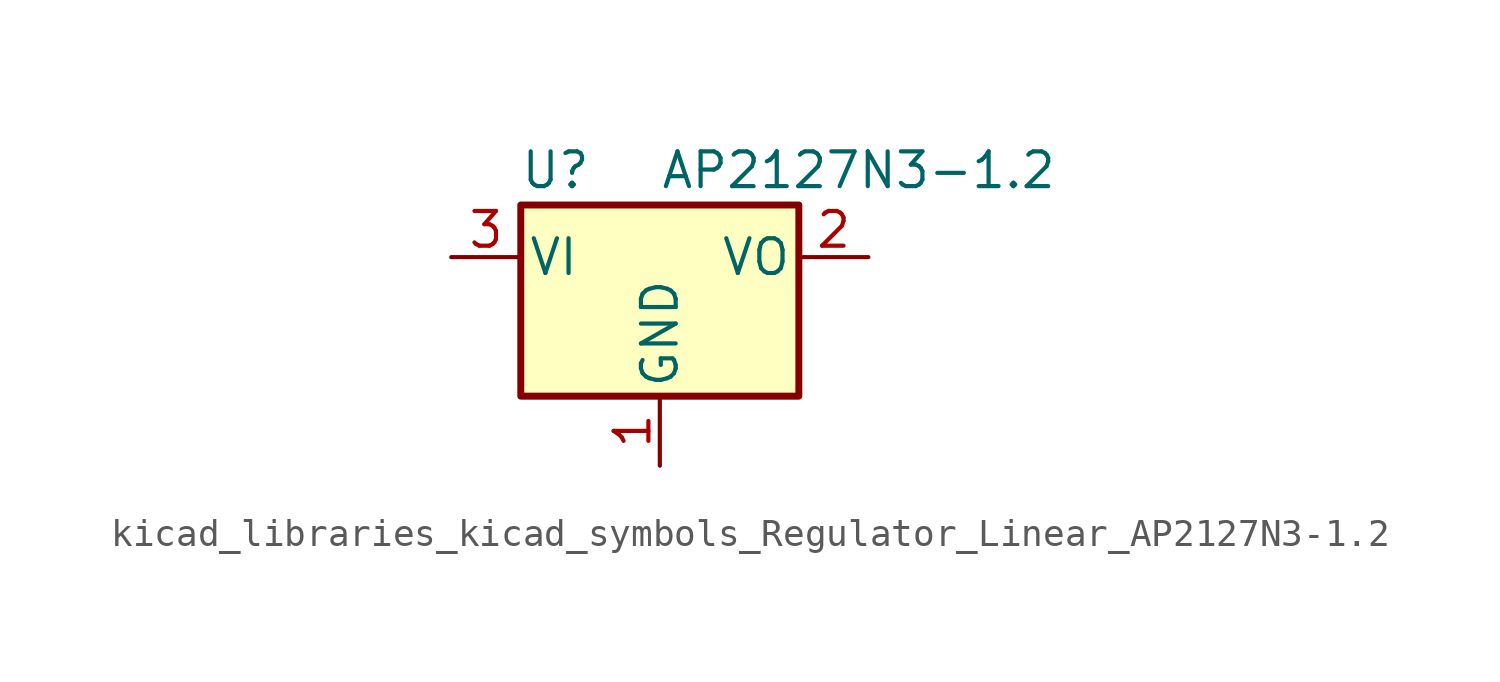
<source format=kicad_sym>
(kicad_symbol_lib
  (version 20220914)
  (generator kicad_symbol_editor)
  (symbol "kicad_libraries_kicad_symbols_Regulator_Linear_AP2127N3-1.2"
    (pin_names
      (offset 0.254))
    (property "Reference" "U"
      (at -3.81 3.175 0)
      (effects (font (size 1.27 1.27))))
    (property "Value" "AP2127N3-1.2"
      (at 0 3.175 0)
      (effects (font (size 1.27 1.27)) (justify left)))
    (symbol "kicad_libraries_kicad_symbols_Regulator_Linear_AP2127N3-1.2_0_1"
      (rectangle (start -5.08 1.905) (end 5.08 -5.08) (stroke (width 0.254) (type default)) (fill (type background))))
    (symbol "kicad_libraries_kicad_symbols_Regulator_Linear_AP2127N3-1.2_1_1"
      (pin power_in line (at 0 -7.62 90) (length 2.54) (name "GND" (effects (font (size 1.27 1.27)))) (number "1" (effects (font (size 1.27 1.27)))))
      (pin power_out line (at 7.62 0 180) (length 2.54) (name "VO" (effects (font (size 1.27 1.27)))) (number "2" (effects (font (size 1.27 1.27)))))
      (pin power_in line (at -7.62 0 0) (length 2.54) (name "VI" (effects (font (size 1.27 1.27)))) (number "3" (effects (font (size 1.27 1.27))))))))
</source>
